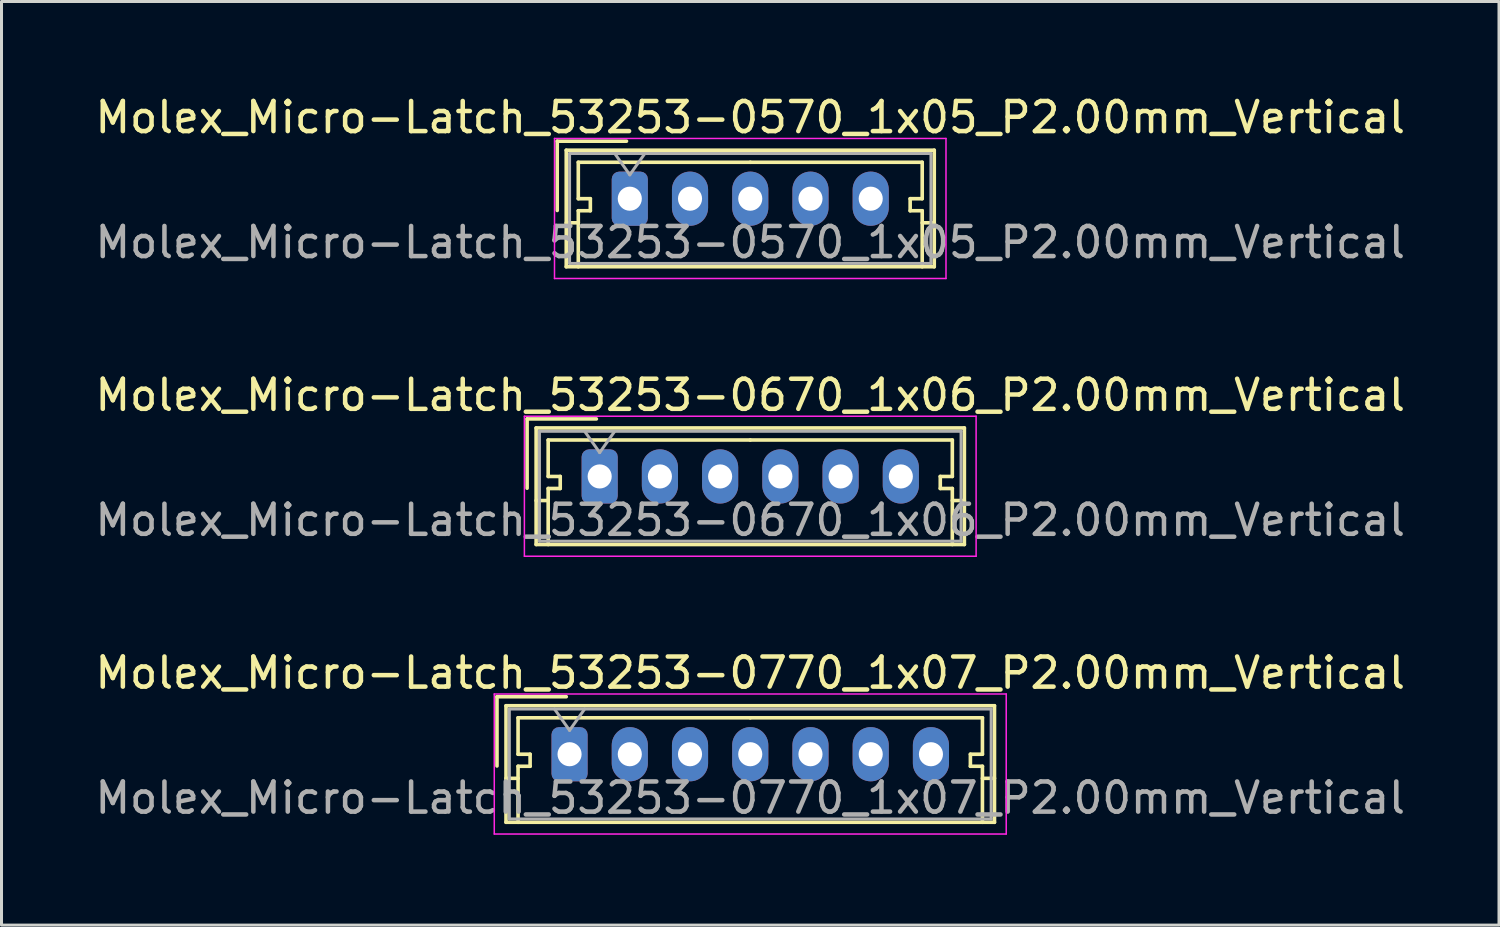
<source format=kicad_pcb>
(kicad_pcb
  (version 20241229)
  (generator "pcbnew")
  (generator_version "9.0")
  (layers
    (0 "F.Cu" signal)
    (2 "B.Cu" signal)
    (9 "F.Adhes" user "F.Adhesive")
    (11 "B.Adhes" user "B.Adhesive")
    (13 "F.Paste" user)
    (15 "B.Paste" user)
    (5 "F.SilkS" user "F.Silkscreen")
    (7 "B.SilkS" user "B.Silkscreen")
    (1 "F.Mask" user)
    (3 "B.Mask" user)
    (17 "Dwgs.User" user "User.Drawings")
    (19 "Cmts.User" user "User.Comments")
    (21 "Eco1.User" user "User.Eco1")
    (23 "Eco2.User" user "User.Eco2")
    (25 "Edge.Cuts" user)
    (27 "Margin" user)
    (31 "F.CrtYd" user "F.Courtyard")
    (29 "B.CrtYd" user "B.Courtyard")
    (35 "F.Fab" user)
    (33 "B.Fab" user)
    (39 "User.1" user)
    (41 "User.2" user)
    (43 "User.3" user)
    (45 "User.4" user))
  (footprint "Molex_Micro-Latch_53253-0570_1x05_P2.00mm_Vertical"
    (layer "F.Cu")
    (at 17.863 3.548)
    (property "Reference" "Molex_Micro-Latch_53253-0570_1x05_P2.00mm_Vertical" (at 4 -2.7 0) (layer "F.SilkS") (effects (font (size 1 1) (thickness 0.15))))
    (attr through_hole)
    (fp_line (start -2.41 -1.91) (end -2.41 0.39) (stroke (width 0.12) (type solid)) (layer "F.SilkS"))
    (fp_line (start -2.11 -1.61) (end -2.11 2.26) (stroke (width 0.12) (type solid)) (layer "F.SilkS"))
    (fp_line (start -2.11 0.8) (end -1.71 0.8) (stroke (width 0.12) (type solid)) (layer "F.SilkS"))
    (fp_line (start -2.11 2.26) (end 10.11 2.26) (stroke (width 0.12) (type solid)) (layer "F.SilkS"))
    (fp_line (start -1.71 -1.21) (end -1.71 0) (stroke (width 0.12) (type solid)) (layer "F.SilkS"))
    (fp_line (start -1.71 0) (end -1.31 0) (stroke (width 0.12) (type solid)) (layer "F.SilkS"))
    (fp_line (start -1.71 0.4) (end -1.71 2.26) (stroke (width 0.12) (type solid)) (layer "F.SilkS"))
    (fp_line (start -1.31 0) (end -1.31 0.4) (stroke (width 0.12) (type solid)) (layer "F.SilkS"))
    (fp_line (start -1.31 0.4) (end -1.71 0.4) (stroke (width 0.12) (type solid)) (layer "F.SilkS"))
    (fp_line (start -0.11 -1.91) (end -2.41 -1.91) (stroke (width 0.12) (type solid)) (layer "F.SilkS"))
    (fp_line (start 4 -1.21) (end -1.71 -1.21) (stroke (width 0.12) (type solid)) (layer "F.SilkS"))
    (fp_line (start 4 -1.21) (end 9.71 -1.21) (stroke (width 0.12) (type solid)) (layer "F.SilkS"))
    (fp_line (start 9.31 0) (end 9.31 0.4) (stroke (width 0.12) (type solid)) (layer "F.SilkS"))
    (fp_line (start 9.31 0.4) (end 9.71 0.4) (stroke (width 0.12) (type solid)) (layer "F.SilkS"))
    (fp_line (start 9.71 -1.21) (end 9.71 0) (stroke (width 0.12) (type solid)) (layer "F.SilkS"))
    (fp_line (start 9.71 0) (end 9.31 0) (stroke (width 0.12) (type solid)) (layer "F.SilkS"))
    (fp_line (start 9.71 0.4) (end 9.71 2.26) (stroke (width 0.12) (type solid)) (layer "F.SilkS"))
    (fp_line (start 10.11 -1.61) (end -2.11 -1.61) (stroke (width 0.12) (type solid)) (layer "F.SilkS"))
    (fp_line (start 10.11 0.8) (end 9.71 0.8) (stroke (width 0.12) (type solid)) (layer "F.SilkS"))
    (fp_line (start 10.11 2.26) (end 10.11 -1.61) (stroke (width 0.12) (type solid)) (layer "F.SilkS"))
    (fp_line (start -2.5 -2) (end -2.5 2.65) (stroke (width 0.05) (type solid)) (layer "F.CrtYd"))
    (fp_line (start -2.5 2.65) (end 10.5 2.65) (stroke (width 0.05) (type solid)) (layer "F.CrtYd"))
    (fp_line (start 10.5 -2) (end -2.5 -2) (stroke (width 0.05) (type solid)) (layer "F.CrtYd"))
    (fp_line (start 10.5 2.65) (end 10.5 -2) (stroke (width 0.05) (type solid)) (layer "F.CrtYd"))
    (fp_line (start -2 -1.5) (end -2 2.15) (stroke (width 0.1) (type solid)) (layer "F.Fab"))
    (fp_line (start -2 2.15) (end 10 2.15) (stroke (width 0.1) (type solid)) (layer "F.Fab"))
    (fp_line (start -0.5 -1.5) (end 0 -0.793) (stroke (width 0.1) (type solid)) (layer "F.Fab"))
    (fp_line (start 0 -0.793) (end 0.5 -1.5) (stroke (width 0.1) (type solid)) (layer "F.Fab"))
    (fp_line (start 10 -1.5) (end -2 -1.5) (stroke (width 0.1) (type solid)) (layer "F.Fab"))
    (fp_line (start 10 2.15) (end 10 -1.5) (stroke (width 0.1) (type solid)) (layer "F.Fab"))
    (fp_text user "${REFERENCE}" (at 4 1.45 0) (layer "F.Fab") (effects (font (size 1 1) (thickness 0.15))))
    (pad "1" thru_hole roundrect (at 0 0) (size 1.2 1.8) (drill 0.8) (layers "*.Cu" "*.Mask") (roundrect_rratio 0.208))
    (pad "2" thru_hole oval (at 2 0) (size 1.2 1.8) (drill 0.8) (layers "*.Cu" "*.Mask"))
    (pad "3" thru_hole oval (at 4 0) (size 1.2 1.8) (drill 0.8) (layers "*.Cu" "*.Mask"))
    (pad "4" thru_hole oval (at 6 0) (size 1.2 1.8) (drill 0.8) (layers "*.Cu" "*.Mask"))
    (pad "5" thru_hole oval (at 8 0) (size 1.2 1.8) (drill 0.8) (layers "*.Cu" "*.Mask")))
  (footprint "Molex_Micro-Latch_53253-0670_1x06_P2.00mm_Vertical"
    (layer "F.Cu")
    (at 16.863 12.771)
    (property "Reference" "Molex_Micro-Latch_53253-0670_1x06_P2.00mm_Vertical" (at 5 -2.7 0) (layer "F.SilkS") (effects (font (size 1 1) (thickness 0.15))))
    (attr through_hole)
    (fp_line (start -2.41 -1.91) (end -2.41 0.39) (stroke (width 0.12) (type solid)) (layer "F.SilkS"))
    (fp_line (start -2.11 -1.61) (end -2.11 2.26) (stroke (width 0.12) (type solid)) (layer "F.SilkS"))
    (fp_line (start -2.11 0.8) (end -1.71 0.8) (stroke (width 0.12) (type solid)) (layer "F.SilkS"))
    (fp_line (start -2.11 2.26) (end 12.11 2.26) (stroke (width 0.12) (type solid)) (layer "F.SilkS"))
    (fp_line (start -1.71 -1.21) (end -1.71 0) (stroke (width 0.12) (type solid)) (layer "F.SilkS"))
    (fp_line (start -1.71 0) (end -1.31 0) (stroke (width 0.12) (type solid)) (layer "F.SilkS"))
    (fp_line (start -1.71 0.4) (end -1.71 2.26) (stroke (width 0.12) (type solid)) (layer "F.SilkS"))
    (fp_line (start -1.31 0) (end -1.31 0.4) (stroke (width 0.12) (type solid)) (layer "F.SilkS"))
    (fp_line (start -1.31 0.4) (end -1.71 0.4) (stroke (width 0.12) (type solid)) (layer "F.SilkS"))
    (fp_line (start -0.11 -1.91) (end -2.41 -1.91) (stroke (width 0.12) (type solid)) (layer "F.SilkS"))
    (fp_line (start 5 -1.21) (end -1.71 -1.21) (stroke (width 0.12) (type solid)) (layer "F.SilkS"))
    (fp_line (start 5 -1.21) (end 11.71 -1.21) (stroke (width 0.12) (type solid)) (layer "F.SilkS"))
    (fp_line (start 11.31 0) (end 11.31 0.4) (stroke (width 0.12) (type solid)) (layer "F.SilkS"))
    (fp_line (start 11.31 0.4) (end 11.71 0.4) (stroke (width 0.12) (type solid)) (layer "F.SilkS"))
    (fp_line (start 11.71 -1.21) (end 11.71 0) (stroke (width 0.12) (type solid)) (layer "F.SilkS"))
    (fp_line (start 11.71 0) (end 11.31 0) (stroke (width 0.12) (type solid)) (layer "F.SilkS"))
    (fp_line (start 11.71 0.4) (end 11.71 2.26) (stroke (width 0.12) (type solid)) (layer "F.SilkS"))
    (fp_line (start 12.11 -1.61) (end -2.11 -1.61) (stroke (width 0.12) (type solid)) (layer "F.SilkS"))
    (fp_line (start 12.11 0.8) (end 11.71 0.8) (stroke (width 0.12) (type solid)) (layer "F.SilkS"))
    (fp_line (start 12.11 2.26) (end 12.11 -1.61) (stroke (width 0.12) (type solid)) (layer "F.SilkS"))
    (fp_line (start -2.5 -2) (end -2.5 2.65) (stroke (width 0.05) (type solid)) (layer "F.CrtYd"))
    (fp_line (start -2.5 2.65) (end 12.5 2.65) (stroke (width 0.05) (type solid)) (layer "F.CrtYd"))
    (fp_line (start 12.5 -2) (end -2.5 -2) (stroke (width 0.05) (type solid)) (layer "F.CrtYd"))
    (fp_line (start 12.5 2.65) (end 12.5 -2) (stroke (width 0.05) (type solid)) (layer "F.CrtYd"))
    (fp_line (start -2 -1.5) (end -2 2.15) (stroke (width 0.1) (type solid)) (layer "F.Fab"))
    (fp_line (start -2 2.15) (end 12 2.15) (stroke (width 0.1) (type solid)) (layer "F.Fab"))
    (fp_line (start -0.5 -1.5) (end 0 -0.793) (stroke (width 0.1) (type solid)) (layer "F.Fab"))
    (fp_line (start 0 -0.793) (end 0.5 -1.5) (stroke (width 0.1) (type solid)) (layer "F.Fab"))
    (fp_line (start 12 -1.5) (end -2 -1.5) (stroke (width 0.1) (type solid)) (layer "F.Fab"))
    (fp_line (start 12 2.15) (end 12 -1.5) (stroke (width 0.1) (type solid)) (layer "F.Fab"))
    (fp_text user "${REFERENCE}" (at 5 1.45 0) (layer "F.Fab") (effects (font (size 1 1) (thickness 0.15))))
    (pad "1" thru_hole roundrect (at 0 0) (size 1.2 1.8) (drill 0.8) (layers "*.Cu" "*.Mask") (roundrect_rratio 0.208))
    (pad "2" thru_hole oval (at 2 0) (size 1.2 1.8) (drill 0.8) (layers "*.Cu" "*.Mask"))
    (pad "3" thru_hole oval (at 4 0) (size 1.2 1.8) (drill 0.8) (layers "*.Cu" "*.Mask"))
    (pad "4" thru_hole oval (at 6 0) (size 1.2 1.8) (drill 0.8) (layers "*.Cu" "*.Mask"))
    (pad "5" thru_hole oval (at 8 0) (size 1.2 1.8) (drill 0.8) (layers "*.Cu" "*.Mask"))
    (pad "6" thru_hole oval (at 10 0) (size 1.2 1.8) (drill 0.8) (layers "*.Cu" "*.Mask")))
  (footprint "Molex_Micro-Latch_53253-0770_1x07_P2.00mm_Vertical"
    (layer "F.Cu")
    (at 15.863 21.995)
    (property "Reference" "Molex_Micro-Latch_53253-0770_1x07_P2.00mm_Vertical" (at 6 -2.7 0) (layer "F.SilkS") (effects (font (size 1 1) (thickness 0.15))))
    (attr through_hole)
    (fp_line (start -2.41 -1.91) (end -2.41 0.39) (stroke (width 0.12) (type solid)) (layer "F.SilkS"))
    (fp_line (start -2.11 -1.61) (end -2.11 2.26) (stroke (width 0.12) (type solid)) (layer "F.SilkS"))
    (fp_line (start -2.11 0.8) (end -1.71 0.8) (stroke (width 0.12) (type solid)) (layer "F.SilkS"))
    (fp_line (start -2.11 2.26) (end 14.11 2.26) (stroke (width 0.12) (type solid)) (layer "F.SilkS"))
    (fp_line (start -1.71 -1.21) (end -1.71 0) (stroke (width 0.12) (type solid)) (layer "F.SilkS"))
    (fp_line (start -1.71 0) (end -1.31 0) (stroke (width 0.12) (type solid)) (layer "F.SilkS"))
    (fp_line (start -1.71 0.4) (end -1.71 2.26) (stroke (width 0.12) (type solid)) (layer "F.SilkS"))
    (fp_line (start -1.31 0) (end -1.31 0.4) (stroke (width 0.12) (type solid)) (layer "F.SilkS"))
    (fp_line (start -1.31 0.4) (end -1.71 0.4) (stroke (width 0.12) (type solid)) (layer "F.SilkS"))
    (fp_line (start -0.11 -1.91) (end -2.41 -1.91) (stroke (width 0.12) (type solid)) (layer "F.SilkS"))
    (fp_line (start 6 -1.21) (end -1.71 -1.21) (stroke (width 0.12) (type solid)) (layer "F.SilkS"))
    (fp_line (start 6 -1.21) (end 13.71 -1.21) (stroke (width 0.12) (type solid)) (layer "F.SilkS"))
    (fp_line (start 13.31 0) (end 13.31 0.4) (stroke (width 0.12) (type solid)) (layer "F.SilkS"))
    (fp_line (start 13.31 0.4) (end 13.71 0.4) (stroke (width 0.12) (type solid)) (layer "F.SilkS"))
    (fp_line (start 13.71 -1.21) (end 13.71 0) (stroke (width 0.12) (type solid)) (layer "F.SilkS"))
    (fp_line (start 13.71 0) (end 13.31 0) (stroke (width 0.12) (type solid)) (layer "F.SilkS"))
    (fp_line (start 13.71 0.4) (end 13.71 2.26) (stroke (width 0.12) (type solid)) (layer "F.SilkS"))
    (fp_line (start 14.11 -1.61) (end -2.11 -1.61) (stroke (width 0.12) (type solid)) (layer "F.SilkS"))
    (fp_line (start 14.11 0.8) (end 13.71 0.8) (stroke (width 0.12) (type solid)) (layer "F.SilkS"))
    (fp_line (start 14.11 2.26) (end 14.11 -1.61) (stroke (width 0.12) (type solid)) (layer "F.SilkS"))
    (fp_line (start -2.5 -2) (end -2.5 2.65) (stroke (width 0.05) (type solid)) (layer "F.CrtYd"))
    (fp_line (start -2.5 2.65) (end 14.5 2.65) (stroke (width 0.05) (type solid)) (layer "F.CrtYd"))
    (fp_line (start 14.5 -2) (end -2.5 -2) (stroke (width 0.05) (type solid)) (layer "F.CrtYd"))
    (fp_line (start 14.5 2.65) (end 14.5 -2) (stroke (width 0.05) (type solid)) (layer "F.CrtYd"))
    (fp_line (start -2 -1.5) (end -2 2.15) (stroke (width 0.1) (type solid)) (layer "F.Fab"))
    (fp_line (start -2 2.15) (end 14 2.15) (stroke (width 0.1) (type solid)) (layer "F.Fab"))
    (fp_line (start -0.5 -1.5) (end 0 -0.793) (stroke (width 0.1) (type solid)) (layer "F.Fab"))
    (fp_line (start 0 -0.793) (end 0.5 -1.5) (stroke (width 0.1) (type solid)) (layer "F.Fab"))
    (fp_line (start 14 -1.5) (end -2 -1.5) (stroke (width 0.1) (type solid)) (layer "F.Fab"))
    (fp_line (start 14 2.15) (end 14 -1.5) (stroke (width 0.1) (type solid)) (layer "F.Fab"))
    (fp_text user "${REFERENCE}" (at 6 1.45 0) (layer "F.Fab") (effects (font (size 1 1) (thickness 0.15))))
    (pad "1" thru_hole roundrect (at 0 0) (size 1.2 1.8) (drill 0.8) (layers "*.Cu" "*.Mask") (roundrect_rratio 0.208))
    (pad "2" thru_hole oval (at 2 0) (size 1.2 1.8) (drill 0.8) (layers "*.Cu" "*.Mask"))
    (pad "3" thru_hole oval (at 4 0) (size 1.2 1.8) (drill 0.8) (layers "*.Cu" "*.Mask"))
    (pad "4" thru_hole oval (at 6 0) (size 1.2 1.8) (drill 0.8) (layers "*.Cu" "*.Mask"))
    (pad "5" thru_hole oval (at 8 0) (size 1.2 1.8) (drill 0.8) (layers "*.Cu" "*.Mask"))
    (pad "6" thru_hole oval (at 10 0) (size 1.2 1.8) (drill 0.8) (layers "*.Cu" "*.Mask"))
    (pad "7" thru_hole oval (at 12 0) (size 1.2 1.8) (drill 0.8) (layers "*.Cu" "*.Mask")))
  (gr_rect
    (start -3 -3)
    (end 46.726 27.67)
    (stroke (width 0.1) (type default))
    (fill no)
    (layer "Edge.Cuts")))
</source>
